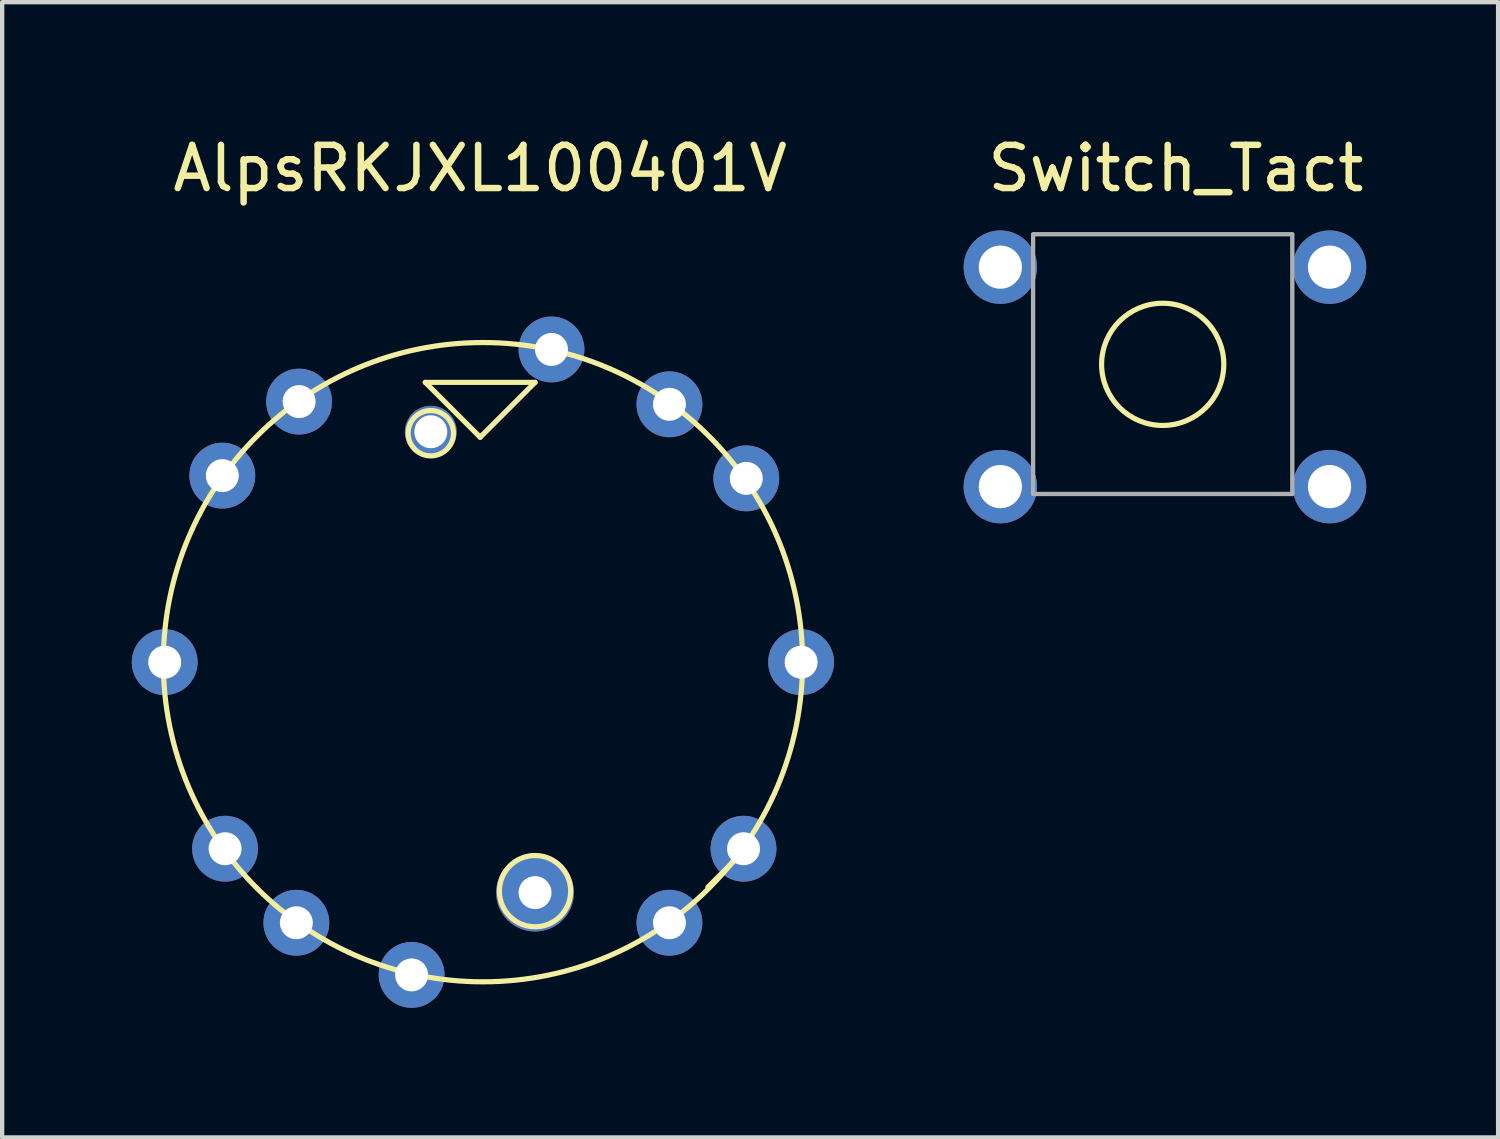
<source format=kicad_pcb>
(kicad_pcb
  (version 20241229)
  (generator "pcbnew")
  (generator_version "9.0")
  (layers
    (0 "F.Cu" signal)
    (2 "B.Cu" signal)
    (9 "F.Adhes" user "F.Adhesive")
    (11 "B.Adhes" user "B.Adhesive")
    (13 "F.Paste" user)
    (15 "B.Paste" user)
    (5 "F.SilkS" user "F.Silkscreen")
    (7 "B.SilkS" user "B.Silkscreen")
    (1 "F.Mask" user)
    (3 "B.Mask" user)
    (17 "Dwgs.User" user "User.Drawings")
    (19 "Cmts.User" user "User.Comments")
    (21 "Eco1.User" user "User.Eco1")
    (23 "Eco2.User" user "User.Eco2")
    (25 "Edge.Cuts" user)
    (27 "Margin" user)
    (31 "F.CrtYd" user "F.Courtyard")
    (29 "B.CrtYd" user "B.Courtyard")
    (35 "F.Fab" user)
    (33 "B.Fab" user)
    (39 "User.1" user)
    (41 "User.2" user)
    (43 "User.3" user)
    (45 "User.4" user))
  (footprint "AlpsRKJXL100401V"
    (layer "F.Cu")
    (at 8.065 12.278)
    (property "Reference" "AlpsRKJXL100401V" (at 0 -11.43 0) (layer "F.SilkS") (effects (font (size 1 1) (thickness 0.15))))
    (attr through_hole)
    (fp_line (start -1.27 -6.477) (end 1.27 -6.477) (stroke (width 0.12) (type solid)) (layer "F.SilkS"))
    (fp_line (start 0 -5.207) (end -1.27 -6.477) (stroke (width 0.12) (type solid)) (layer "F.SilkS"))
    (fp_line (start 1.27 -6.477) (end 0 -5.207) (stroke (width 0.12) (type solid)) (layer "F.SilkS"))
    (fp_line (start 5.271 5.207) (end 6.16 4.318) (stroke (width 0.12) (type solid)) (layer "F.SilkS"))
    (fp_circle (center -1.143 -5.3) (end -0.618 -5.3) (stroke (width 0.12) (type solid)) (fill no) (layer "F.SilkS"))
    (fp_circle (center 0.064 0) (end 7.463 0) (stroke (width 0.12) (type solid)) (fill no) (layer "F.SilkS"))
    (fp_circle (center 1.27 5.3) (end 2.095 5.3) (stroke (width 0.12) (type solid)) (fill no) (layer "F.SilkS"))
    (pad "" np_thru_hole circle (at -1.143 -5.334) (size 1.2 1.2) (drill 0.762) (layers "*.Cu" "*.Mask"))
    (pad "" np_thru_hole circle (at 1.27 5.334) (size 1.8 1.8) (drill 0.762) (layers "*.Cu" "*.Mask"))
    (pad "1" thru_hole circle (at 1.651 -7.239) (size 1.524 1.524) (drill 0.762) (layers "*.Cu" "*.Mask"))
    (pad "2" thru_hole circle (at -1.587 7.239) (size 1.524 1.524) (drill 0.762) (layers "*.Cu" "*.Mask"))
    (pad "A" thru_hole circle (at -4.191 -6.032) (size 1.524 1.524) (drill 0.762) (layers "*.Cu" "*.Mask"))
    (pad "B" thru_hole circle (at -5.969 -4.318) (size 1.524 1.524) (drill 0.762) (layers "*.Cu" "*.Mask"))
    (pad "C" thru_hole circle (at -5.905 4.318) (size 1.524 1.524) (drill 0.762) (layers "*.Cu" "*.Mask"))
    (pad "C1" thru_hole circle (at 7.429 0) (size 1.524 1.524) (drill 0.762) (layers "*.Cu" "*.Mask"))
    (pad "C2" thru_hole circle (at -7.303 0) (size 1.524 1.524) (drill 0.762) (layers "*.Cu" "*.Mask"))
    (pad "D" thru_hole circle (at -4.255 6.032) (size 1.524 1.524) (drill 0.762) (layers "*.Cu" "*.Mask"))
    (pad "E" thru_hole circle (at 4.381 6.032) (size 1.524 1.524) (drill 0.762) (layers "*.Cu" "*.Mask"))
    (pad "F" thru_hole circle (at 6.096 4.318) (size 1.524 1.524) (drill 0.762) (layers "*.Cu" "*.Mask"))
    (pad "G" thru_hole circle (at 6.16 -4.255) (size 1.524 1.524) (drill 0.762) (layers "*.Cu" "*.Mask"))
    (pad "H" thru_hole circle (at 4.381 -5.969) (size 1.524 1.524) (drill 0.762) (layers "*.Cu" "*.Mask")))
  (footprint "Switch_Tact"
    (layer "F.Cu")
    (at 20.106 3.134)
    (property "Reference" "Switch_Tact" (at 4.064 -2.286 0) (layer "F.SilkS") (effects (font (size 1 1) (thickness 0.15))))
    (attr through_hole)
    (fp_circle (center 3.758 2.25) (end 4.758 3.25) (stroke (width 0.12) (type solid)) (fill no) (layer "F.SilkS"))
    (fp_line (start 0.758 -0.762) (end 6.758 -0.762) (stroke (width 0.1) (type solid)) (layer "F.Fab"))
    (fp_line (start 0.758 -0.75) (end 0.758 5.25) (stroke (width 0.1) (type solid)) (layer "F.Fab"))
    (fp_line (start 0.758 5.25) (end 6.758 5.25) (stroke (width 0.1) (type solid)) (layer "F.Fab"))
    (fp_line (start 6.758 -0.75) (end 6.758 5.25) (stroke (width 0.1) (type solid)) (layer "F.Fab"))
    (pad "1" thru_hole circle (at 0 0) (size 1.7 1.7) (drill 1) (layers "*.Cu" "*.Mask"))
    (pad "1" thru_hole circle (at 7.62 0) (size 1.7 1.7) (drill 1) (layers "*.Cu" "*.Mask"))
    (pad "4" thru_hole circle (at 0 5.08) (size 1.7 1.7) (drill 1) (layers "*.Cu" "*.Mask"))
    (pad "4" thru_hole circle (at 7.62 5.08) (size 1.7 1.7) (drill 1) (layers "*.Cu" "*.Mask")))
  (gr_rect
    (start -3 -3)
    (end 31.628 23.279)
    (stroke (width 0.1) (type default))
    (fill no)
    (layer "Edge.Cuts")))
</source>
